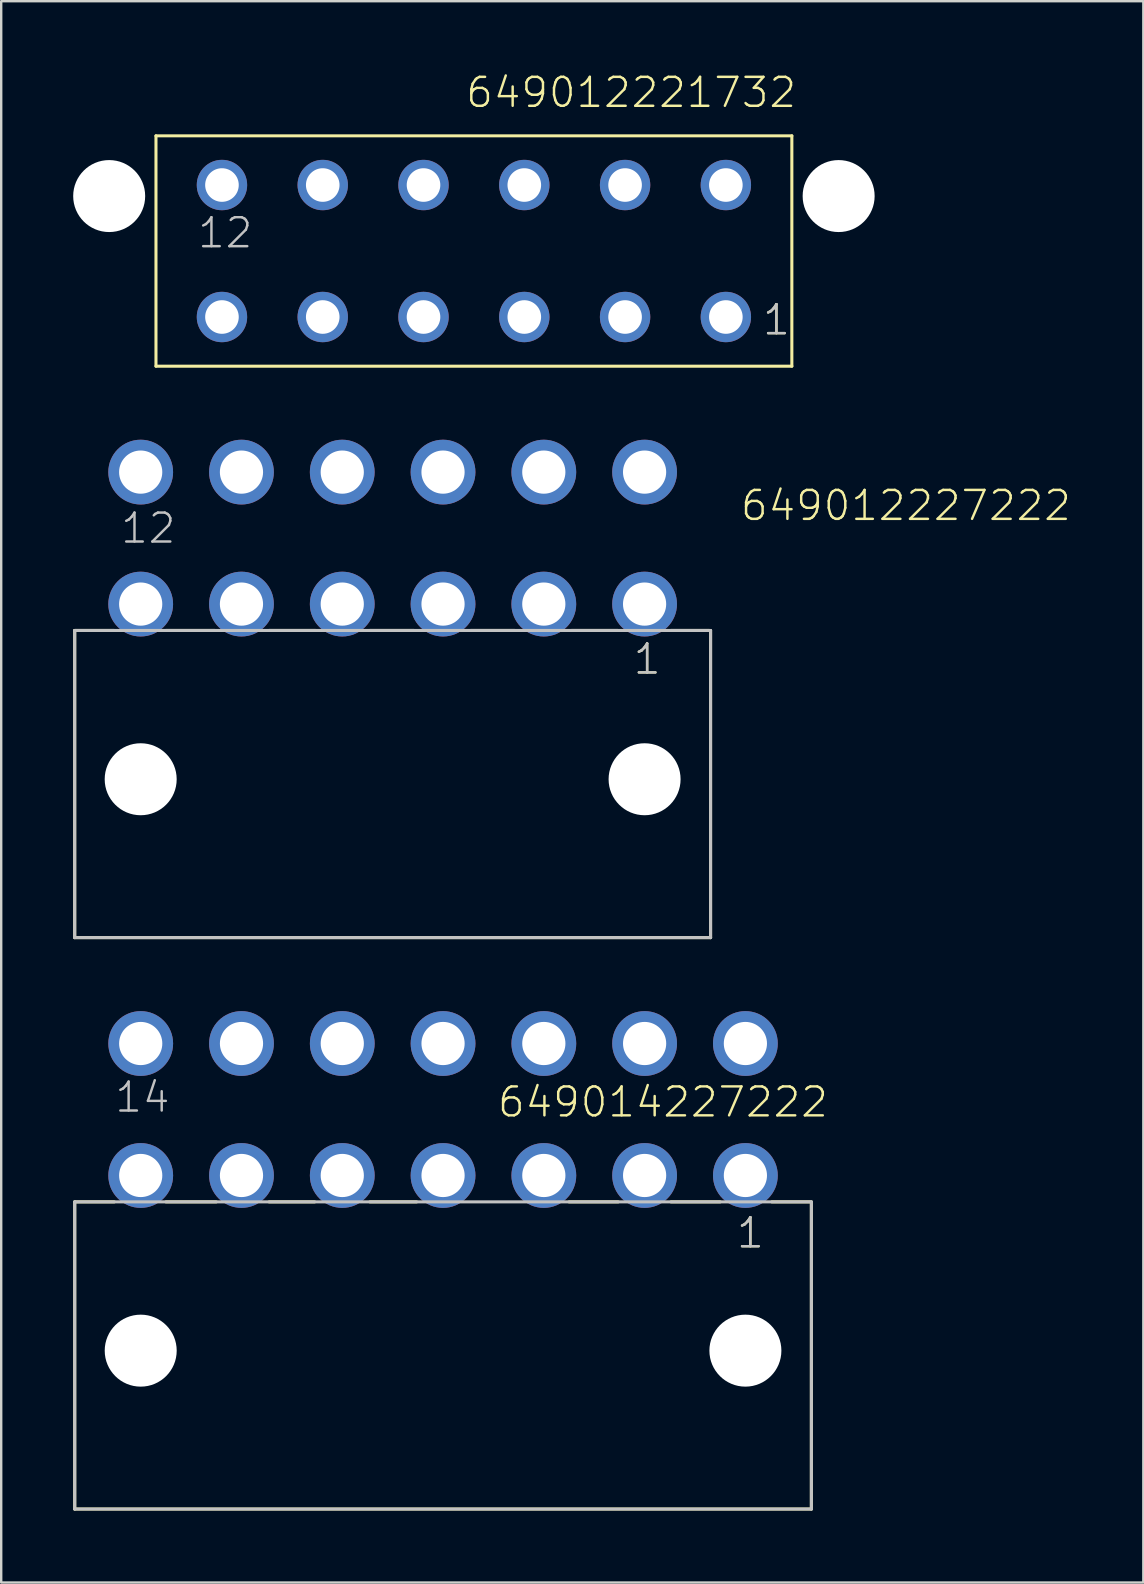
<source format=kicad_pcb>
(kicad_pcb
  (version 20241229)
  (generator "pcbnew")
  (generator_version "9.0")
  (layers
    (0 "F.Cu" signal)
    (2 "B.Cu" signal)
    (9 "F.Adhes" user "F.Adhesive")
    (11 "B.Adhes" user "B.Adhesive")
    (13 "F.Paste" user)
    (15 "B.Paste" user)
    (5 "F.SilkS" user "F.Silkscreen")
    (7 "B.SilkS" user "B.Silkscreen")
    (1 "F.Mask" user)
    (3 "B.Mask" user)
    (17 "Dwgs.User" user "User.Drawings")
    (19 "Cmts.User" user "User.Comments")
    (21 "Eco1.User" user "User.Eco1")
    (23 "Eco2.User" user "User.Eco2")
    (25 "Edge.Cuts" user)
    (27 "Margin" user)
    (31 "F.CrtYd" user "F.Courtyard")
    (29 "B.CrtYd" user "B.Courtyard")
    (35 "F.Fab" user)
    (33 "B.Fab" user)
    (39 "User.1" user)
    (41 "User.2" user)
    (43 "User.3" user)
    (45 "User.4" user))
  (footprint "649014227222"
    (layer "F.Cu")
    (at 15.414 53.238)
    (property "Reference" "649014227222" (at 16.122 -11.065 0) (layer "F.SilkS") (effects (font (size 1.206 1.206) (thickness 0.102)) (justify right top)))
    (attr through_hole)
    (fp_line (start -15.35 -6.2) (end -13.7 -6.2) (stroke (width 0.127) (type solid)) (layer "F.SilkS"))
    (fp_line (start -15.35 6.6) (end -15.35 -6.2) (stroke (width 0.127) (type solid)) (layer "F.SilkS"))
    (fp_line (start -11.55 -6.2) (end -9.45 -6.2) (stroke (width 0.127) (type solid)) (layer "F.SilkS"))
    (fp_line (start -7.25 -6.2) (end -5.35 -6.2) (stroke (width 0.127) (type solid)) (layer "F.SilkS"))
    (fp_line (start -3.05 -6.2) (end -1.1 -6.2) (stroke (width 0.127) (type solid)) (layer "F.SilkS"))
    (fp_line (start 5.25 -6.2) (end 7.3 -6.2) (stroke (width 0.127) (type solid)) (layer "F.SilkS"))
    (fp_line (start 9.5 -6.2) (end 11.55 -6.2) (stroke (width 0.127) (type solid)) (layer "F.SilkS"))
    (fp_line (start 13.7 -6.2) (end 15.3 -6.2) (stroke (width 0.127) (type solid)) (layer "F.SilkS"))
    (fp_line (start 15.35 -6.2) (end 15.35 6.6) (stroke (width 0.127) (type solid)) (layer "F.SilkS"))
    (fp_line (start 15.35 6.6) (end -15.35 6.6) (stroke (width 0.127) (type solid)) (layer "F.SilkS"))
    (fp_line (start -15.35 -6.2) (end 15.35 -6.2) (stroke (width 0.127) (type solid)) (layer "Dwgs.User"))
    (fp_line (start -15.35 6.6) (end -15.35 -6.2) (stroke (width 0.127) (type solid)) (layer "Dwgs.User"))
    (fp_line (start 15.35 -6.2) (end 15.35 6.6) (stroke (width 0.127) (type solid)) (layer "Dwgs.User"))
    (fp_line (start 15.35 6.6) (end -15.35 6.6) (stroke (width 0.127) (type solid)) (layer "Dwgs.User"))
    (fp_text user "1" (at 12.165 -4.2 0) (layer "F.SilkS") (effects (font (size 1.206 1.206) (thickness 0.102)) (justify left bottom)))
    (fp_text user "1" (at 12.165 -4.2 0) (layer "Dwgs.User") (effects (font (size 1.206 1.206) (thickness 0.102)) (justify left bottom)))
    (fp_text user "14" (at -13.745 -9.855 0) (layer "Dwgs.User") (effects (font (size 1.206 1.206) (thickness 0.102)) (justify left bottom)))
    (pad "" np_thru_hole circle (at -12.6 0) (size 3 3) (drill 3) (layers "*.Cu"))
    (pad "" np_thru_hole circle (at 12.6 0) (size 3 3) (drill 3) (layers "*.Cu"))
    (pad "1" thru_hole circle (at 12.6 -7.3) (size 2.7 2.7) (drill 1.8) (layers "*.Cu" "*.Mask"))
    (pad "2" thru_hole circle (at 8.4 -7.3) (size 2.7 2.7) (drill 1.8) (layers "*.Cu" "*.Mask"))
    (pad "3" thru_hole circle (at 4.2 -7.3) (size 2.7 2.7) (drill 1.8) (layers "*.Cu" "*.Mask"))
    (pad "4" thru_hole circle (at 0 -7.3) (size 2.7 2.7) (drill 1.8) (layers "*.Cu" "*.Mask"))
    (pad "5" thru_hole circle (at -4.2 -7.3) (size 2.7 2.7) (drill 1.8) (layers "*.Cu" "*.Mask"))
    (pad "6" thru_hole circle (at -8.4 -7.3) (size 2.7 2.7) (drill 1.8) (layers "*.Cu" "*.Mask"))
    (pad "7" thru_hole circle (at -12.6 -7.3) (size 2.7 2.7) (drill 1.8) (layers "*.Cu" "*.Mask"))
    (pad "8" thru_hole circle (at 12.6 -12.8) (size 2.7 2.7) (drill 1.8) (layers "*.Cu" "*.Mask"))
    (pad "9" thru_hole circle (at 8.4 -12.8) (size 2.7 2.7) (drill 1.8) (layers "*.Cu" "*.Mask"))
    (pad "10" thru_hole circle (at 4.2 -12.8) (size 2.7 2.7) (drill 1.8) (layers "*.Cu" "*.Mask"))
    (pad "11" thru_hole circle (at 0 -12.8) (size 2.7 2.7) (drill 1.8) (layers "*.Cu" "*.Mask"))
    (pad "12" thru_hole circle (at -4.2 -12.8) (size 2.7 2.7) (drill 1.8) (layers "*.Cu" "*.Mask"))
    (pad "13" thru_hole circle (at -8.4 -12.8) (size 2.7 2.7) (drill 1.8) (layers "*.Cu" "*.Mask"))
    (pad "14" thru_hole circle (at -12.6 -12.8) (size 2.7 2.7) (drill 1.8) (layers "*.Cu" "*.Mask")))
  (footprint "649012221732"
    (layer "F.Cu")
    (at 16.7 7.411)
    (property "Reference" "649012221732" (at -0.405 -5.9 0) (layer "F.SilkS") (effects (font (size 1.206 1.206) (thickness 0.102)) (justify left bottom)))
    (attr through_hole)
    (fp_line (start -13.25 -4.8) (end 13.25 -4.8) (stroke (width 0.127) (type solid)) (layer "F.SilkS"))
    (fp_line (start -13.25 4.8) (end -13.25 -4.8) (stroke (width 0.127) (type solid)) (layer "F.SilkS"))
    (fp_line (start 13.25 -4.8) (end 13.25 4.8) (stroke (width 0.127) (type solid)) (layer "F.SilkS"))
    (fp_line (start 13.25 4.8) (end -13.25 4.8) (stroke (width 0.127) (type solid)) (layer "F.SilkS"))
    (fp_text user "1" (at 11.965 3.575 0) (layer "F.SilkS") (effects (font (size 1.206 1.206) (thickness 0.102)) (justify left bottom)))
    (fp_text user "12" (at -11.58 -0.05 0) (layer "Dwgs.User") (effects (font (size 1.206 1.206) (thickness 0.102)) (justify left bottom)))
    (fp_text user "1" (at 11.965 3.575 0) (layer "Dwgs.User") (effects (font (size 1.206 1.206) (thickness 0.102)) (justify left bottom)))
    (pad "" np_thru_hole circle (at -15.2 -2.29) (size 3 3) (drill 3) (layers "*.Cu"))
    (pad "" np_thru_hole circle (at 15.2 -2.29) (size 3 3) (drill 3) (layers "*.Cu"))
    (pad "1" thru_hole circle (at 10.5 2.75) (size 2.1 2.1) (drill 1.4) (layers "*.Cu" "*.Mask"))
    (pad "2" thru_hole circle (at 6.3 2.75) (size 2.1 2.1) (drill 1.4) (layers "*.Cu" "*.Mask"))
    (pad "3" thru_hole circle (at 2.1 2.75) (size 2.1 2.1) (drill 1.4) (layers "*.Cu" "*.Mask"))
    (pad "4" thru_hole circle (at -2.1 2.75) (size 2.1 2.1) (drill 1.4) (layers "*.Cu" "*.Mask"))
    (pad "5" thru_hole circle (at -6.3 2.75) (size 2.1 2.1) (drill 1.4) (layers "*.Cu" "*.Mask"))
    (pad "6" thru_hole circle (at -10.5 2.75) (size 2.1 2.1) (drill 1.4) (layers "*.Cu" "*.Mask"))
    (pad "7" thru_hole circle (at 10.5 -2.75) (size 2.1 2.1) (drill 1.4) (layers "*.Cu" "*.Mask"))
    (pad "8" thru_hole circle (at 6.3 -2.75) (size 2.1 2.1) (drill 1.4) (layers "*.Cu" "*.Mask"))
    (pad "9" thru_hole circle (at 2.1 -2.75) (size 2.1 2.1) (drill 1.4) (layers "*.Cu" "*.Mask"))
    (pad "10" thru_hole circle (at -2.1 -2.75) (size 2.1 2.1) (drill 1.4) (layers "*.Cu" "*.Mask"))
    (pad "11" thru_hole circle (at -6.3 -2.75) (size 2.1 2.1) (drill 1.4) (layers "*.Cu" "*.Mask"))
    (pad "12" thru_hole circle (at -10.5 -2.75) (size 2.1 2.1) (drill 1.4) (layers "*.Cu" "*.Mask")))
  (footprint "649012227222"
    (layer "F.Cu")
    (at 13.313 29.425)
    (property "Reference" "649012227222" (at 14.432 -10.7 0) (layer "F.SilkS") (effects (font (size 1.206 1.206) (thickness 0.102)) (justify left bottom)))
    (attr through_hole)
    (fp_line (start -13.25 -6.2) (end -11.6 -6.2) (stroke (width 0.127) (type solid)) (layer "F.SilkS"))
    (fp_line (start -13.25 6.6) (end -13.25 -6.2) (stroke (width 0.127) (type solid)) (layer "F.SilkS"))
    (fp_line (start -9.45 -6.2) (end -7.4 -6.2) (stroke (width 0.127) (type solid)) (layer "F.SilkS"))
    (fp_line (start -5.15 -6.2) (end -3.2 -6.2) (stroke (width 0.127) (type solid)) (layer "F.SilkS"))
    (fp_line (start -0.95 -6.2) (end 0.9 -6.2) (stroke (width 0.127) (type solid)) (layer "F.SilkS"))
    (fp_line (start 3.25 -6.2) (end 5.1 -6.2) (stroke (width 0.127) (type solid)) (layer "F.SilkS"))
    (fp_line (start 7.45 -6.2) (end 9.4 -6.2) (stroke (width 0.127) (type solid)) (layer "F.SilkS"))
    (fp_line (start 11.6 -6.2) (end 13.2 -6.2) (stroke (width 0.127) (type solid)) (layer "F.SilkS"))
    (fp_line (start 13.25 -6.2) (end 13.25 6.6) (stroke (width 0.127) (type solid)) (layer "F.SilkS"))
    (fp_line (start 13.25 6.6) (end -13.25 6.6) (stroke (width 0.127) (type solid)) (layer "F.SilkS"))
    (fp_line (start -13.25 -6.2) (end 13.25 -6.2) (stroke (width 0.127) (type solid)) (layer "Dwgs.User"))
    (fp_line (start -13.25 6.6) (end -13.25 -6.2) (stroke (width 0.127) (type solid)) (layer "Dwgs.User"))
    (fp_line (start 13.25 -6.2) (end 13.25 6.6) (stroke (width 0.127) (type solid)) (layer "Dwgs.User"))
    (fp_line (start 13.25 6.6) (end -13.25 6.6) (stroke (width 0.127) (type solid)) (layer "Dwgs.User"))
    (fp_text user "1" (at 9.965 -4.3 0) (layer "F.SilkS") (effects (font (size 1.206 1.206) (thickness 0.102)) (justify left bottom)))
    (fp_text user "12" (at -11.4 -9.755 0) (layer "Dwgs.User") (effects (font (size 1.206 1.206) (thickness 0.102)) (justify left bottom)))
    (fp_text user "1" (at 9.965 -4.3 0) (layer "Dwgs.User") (effects (font (size 1.206 1.206) (thickness 0.102)) (justify left bottom)))
    (pad "" np_thru_hole circle (at -10.5 0) (size 3 3) (drill 3) (layers "*.Cu"))
    (pad "" np_thru_hole circle (at 10.5 0) (size 3 3) (drill 3) (layers "*.Cu"))
    (pad "1" thru_hole circle (at 10.5 -7.3) (size 2.7 2.7) (drill 1.8) (layers "*.Cu" "*.Mask"))
    (pad "2" thru_hole circle (at 6.3 -7.3) (size 2.7 2.7) (drill 1.8) (layers "*.Cu" "*.Mask"))
    (pad "3" thru_hole circle (at 2.1 -7.3) (size 2.7 2.7) (drill 1.8) (layers "*.Cu" "*.Mask"))
    (pad "4" thru_hole circle (at -2.1 -7.3) (size 2.7 2.7) (drill 1.8) (layers "*.Cu" "*.Mask"))
    (pad "5" thru_hole circle (at -6.3 -7.3) (size 2.7 2.7) (drill 1.8) (layers "*.Cu" "*.Mask"))
    (pad "6" thru_hole circle (at -10.5 -7.3) (size 2.7 2.7) (drill 1.8) (layers "*.Cu" "*.Mask"))
    (pad "7" thru_hole circle (at 10.5 -12.8) (size 2.7 2.7) (drill 1.8) (layers "*.Cu" "*.Mask"))
    (pad "8" thru_hole circle (at 6.3 -12.8) (size 2.7 2.7) (drill 1.8) (layers "*.Cu" "*.Mask"))
    (pad "9" thru_hole circle (at 2.1 -12.8) (size 2.7 2.7) (drill 1.8) (layers "*.Cu" "*.Mask"))
    (pad "10" thru_hole circle (at -2.1 -12.8) (size 2.7 2.7) (drill 1.8) (layers "*.Cu" "*.Mask"))
    (pad "11" thru_hole circle (at -6.3 -12.8) (size 2.7 2.7) (drill 1.8) (layers "*.Cu" "*.Mask"))
    (pad "12" thru_hole circle (at -10.5 -12.8) (size 2.7 2.7) (drill 1.8) (layers "*.Cu" "*.Mask")))
  (gr_rect
    (start -3 -3)
    (end 44.598 62.902)
    (stroke (width 0.1) (type default))
    (fill no)
    (layer "Edge.Cuts")))
</source>
